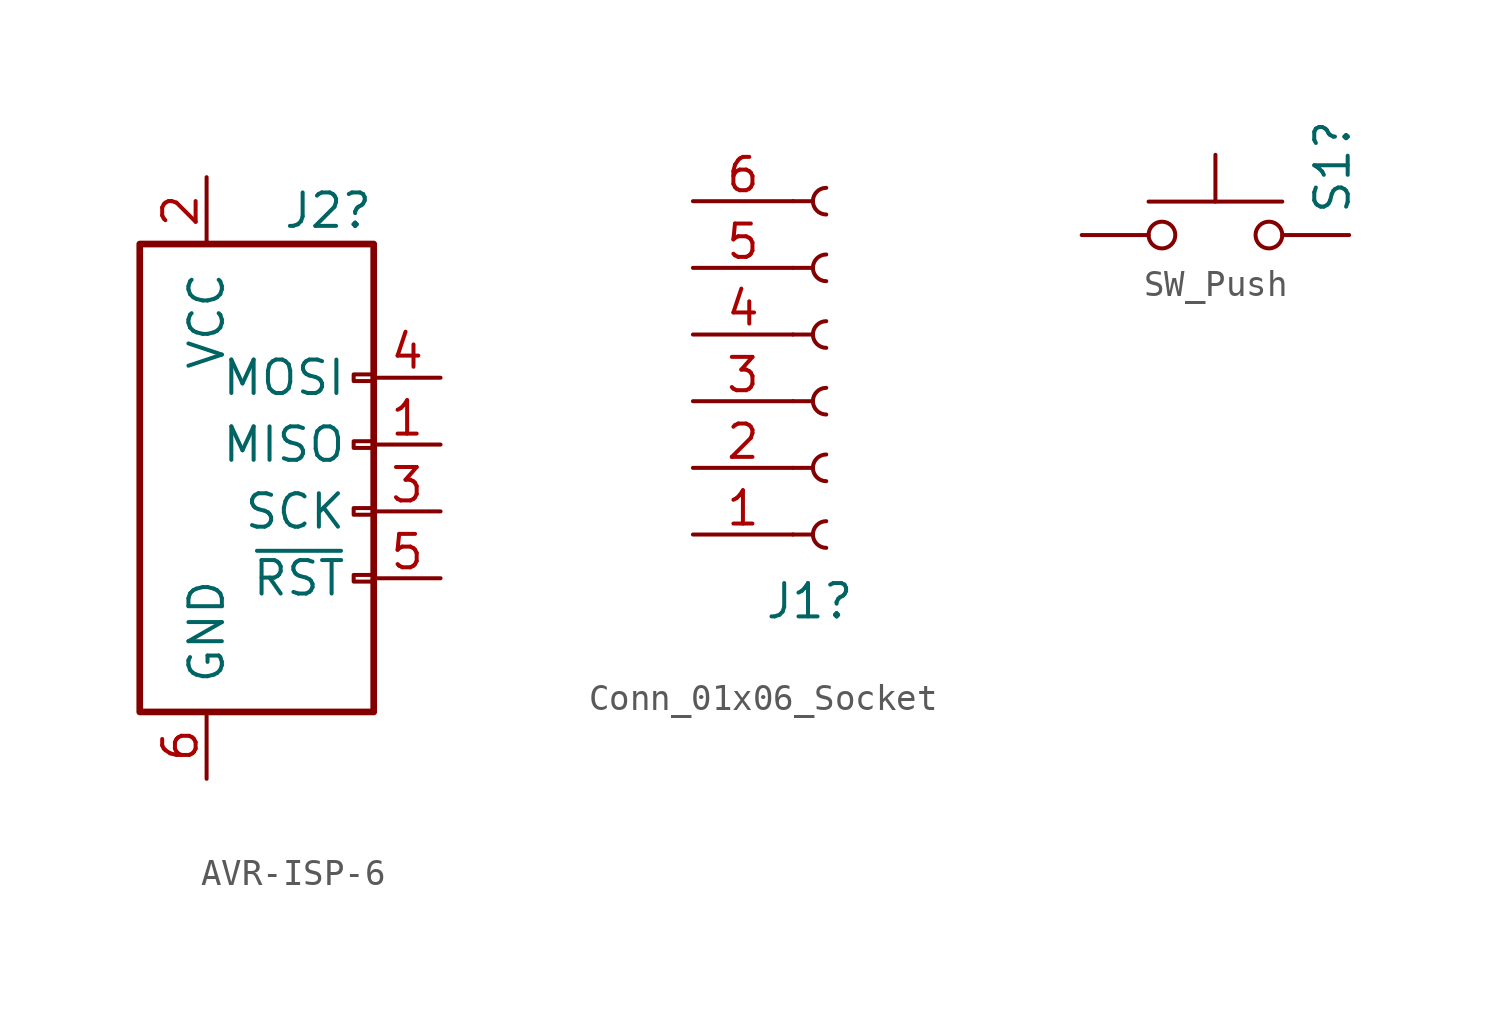
<source format=kicad_sym>
(kicad_symbol_lib
  (version 20220914)
  (generator kicad_symbol_editor)
  (symbol "AVR-ISP-6"
    (pin_names
      (offset 1.016))
    (property "Reference" "J2"
      (at 7.62 11.43 0)
      (effects (font (size 1.27 1.27)) (justify right)))
    (symbol "AVR-ISP-6_0_1"
      (rectangle (start 7.62 -2.413) (end 6.858 -2.667) (stroke (width 0) (type default)) (fill (type none)))
      (rectangle (start 7.62 0.127) (end 6.858 -0.127) (stroke (width 0) (type default)) (fill (type none)))
      (rectangle (start 7.62 2.667) (end 6.858 2.413) (stroke (width 0) (type default)) (fill (type none)))
      (rectangle (start 7.62 5.207) (end 6.858 4.953) (stroke (width 0) (type default)) (fill (type none))))
    (symbol "AVR-ISP-6_1_1"
      (rectangle (start -1.27 10.16) (end 7.62 -7.62) (stroke (width 0.254) (type default)) (fill (type none)))
      (pin passive line (at 10.16 2.54 180) (length 2.54) (name "MISO" (effects (font (size 1.27 1.27)))) (number "1" (effects (font (size 1.27 1.27)))))
      (pin passive line (at 1.27 12.7 270) (length 2.54) (name "VCC" (effects (font (size 1.27 1.27)))) (number "2" (effects (font (size 1.27 1.27)))))
      (pin passive line (at 10.16 0 180) (length 2.54) (name "SCK" (effects (font (size 1.27 1.27)))) (number "3" (effects (font (size 1.27 1.27)))))
      (pin passive line (at 10.16 5.08 180) (length 2.54) (name "MOSI" (effects (font (size 1.27 1.27)))) (number "4" (effects (font (size 1.27 1.27)))))
      (pin passive line (at 10.16 -2.54 180) (length 2.54) (name "~{RST}" (effects (font (size 1.27 1.27)))) (number "5" (effects (font (size 1.27 1.27)))))
      (pin passive line (at 1.27 -10.16 90) (length 2.54) (name "GND" (effects (font (size 1.27 1.27)))) (number "6" (effects (font (size 1.27 1.27)))))))
  (symbol "Conn_01x06_Socket"
    (pin_names
      (offset 1.016) hide)
    (property "Reference" "J1"
      (at -0.635 -10.16 0)
      (effects (font (size 1.27 1.27))))
    (property "ki_locked" ""
      (at 0 0 0)
      (effects (font (size 1.27 1.27))))
    (symbol "Conn_01x06_Socket_1_1"
      (arc (start 0 -7.112) (mid -0.5058 -7.62) (end 0 -8.128) (stroke (width 0.1524) (type default)) (fill (type none)))
      (arc (start 0 -4.572) (mid -0.5058 -5.08) (end 0 -5.588) (stroke (width 0.1524) (type default)) (fill (type none)))
      (arc (start 0 -2.032) (mid -0.5058 -2.54) (end 0 -3.048) (stroke (width 0.1524) (type default)) (fill (type none)))
      (polyline (pts (xy -1.27 -7.62) (xy -0.508 -7.62)) (stroke (width 0.152) (type default)) (fill (type none)))
      (polyline (pts (xy -1.27 -5.08) (xy -0.508 -5.08)) (stroke (width 0.152) (type default)) (fill (type none)))
      (polyline (pts (xy -1.27 -2.54) (xy -0.508 -2.54)) (stroke (width 0.152) (type default)) (fill (type none)))
      (polyline (pts (xy -1.27 0) (xy -0.508 0)) (stroke (width 0.152) (type default)) (fill (type none)))
      (polyline (pts (xy -1.27 2.54) (xy -0.508 2.54)) (stroke (width 0.152) (type default)) (fill (type none)))
      (polyline (pts (xy -1.27 5.08) (xy -0.508 5.08)) (stroke (width 0.152) (type default)) (fill (type none)))
      (arc (start 0 0.508) (mid -0.5058 0) (end 0 -0.508) (stroke (width 0.1524) (type default)) (fill (type none)))
      (arc (start 0 3.048) (mid -0.5058 2.54) (end 0 2.032) (stroke (width 0.1524) (type default)) (fill (type none)))
      (arc (start 0 5.588) (mid -0.5058 5.08) (end 0 4.572) (stroke (width 0.1524) (type default)) (fill (type none)))
      (pin passive line (at -5.08 -7.62 0) (length 3.81) (name "Pin_1" (effects (font (size 1.27 1.27)))) (number "1" (effects (font (size 1.27 1.27)))))
      (pin passive line (at -5.08 -5.08 0) (length 3.81) (name "Pin_2" (effects (font (size 1.27 1.27)))) (number "2" (effects (font (size 1.27 1.27)))))
      (pin passive line (at -5.08 -2.54 0) (length 3.81) (name "Pin_3" (effects (font (size 1.27 1.27)))) (number "3" (effects (font (size 1.27 1.27)))))
      (pin passive line (at -5.08 0 0) (length 3.81) (name "Pin_4" (effects (font (size 1.27 1.27)))) (number "4" (effects (font (size 1.27 1.27)))))
      (pin passive line (at -5.08 2.54 0) (length 3.81) (name "Pin_5" (effects (font (size 1.27 1.27)))) (number "5" (effects (font (size 1.27 1.27)))))
      (pin passive line (at -5.08 5.08 0) (length 3.81) (name "Pin_6" (effects (font (size 1.27 1.27)))) (number "6" (effects (font (size 1.27 1.27)))))))
  (symbol "SW_Push"
    (pin_numbers hide)
    (pin_names
      (offset 1.016) hide)
    (property "Reference" "S1"
      (at 4.445 4.445 90)
      (effects (font (size 1.27 1.27)) (justify right)))
    (symbol "SW_Push_0_1"
      (circle (center -2.032 0) (radius 0.508) (stroke (width 0) (type default)) (fill (type none)))
      (polyline (pts (xy 0 1.27) (xy 0 3.048)) (stroke (width 0) (type default)) (fill (type none)))
      (polyline (pts (xy 2.54 1.27) (xy -2.54 1.27)) (stroke (width 0) (type default)) (fill (type none)))
      (circle (center 2.032 0) (radius 0.508) (stroke (width 0) (type default)) (fill (type none)))
      (pin passive line (at -5.08 0 0) (length 2.54) (name "1" (effects (font (size 1.27 1.27)))) (number "1" (effects (font (size 1.27 1.27)))))
      (pin passive line (at 5.08 0 180) (length 2.54) (name "2" (effects (font (size 1.27 1.27)))) (number "2" (effects (font (size 1.27 1.27))))))))
</source>
